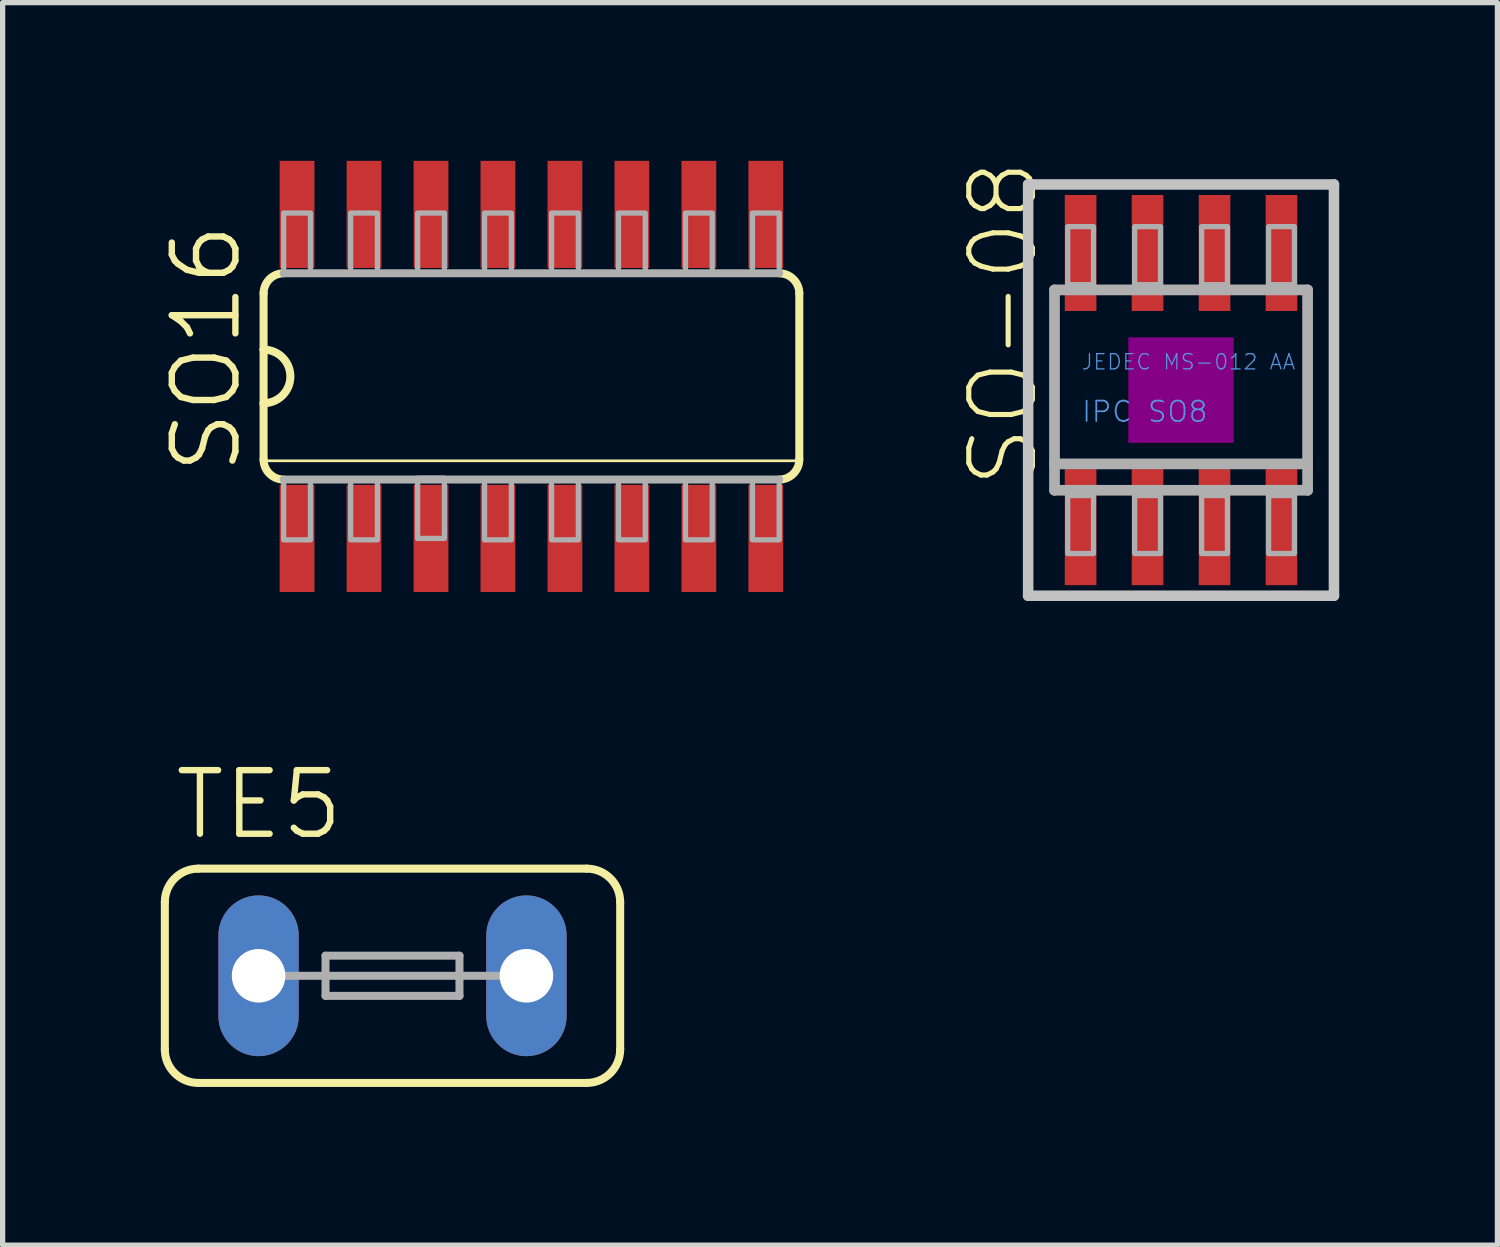
<source format=kicad_pcb>
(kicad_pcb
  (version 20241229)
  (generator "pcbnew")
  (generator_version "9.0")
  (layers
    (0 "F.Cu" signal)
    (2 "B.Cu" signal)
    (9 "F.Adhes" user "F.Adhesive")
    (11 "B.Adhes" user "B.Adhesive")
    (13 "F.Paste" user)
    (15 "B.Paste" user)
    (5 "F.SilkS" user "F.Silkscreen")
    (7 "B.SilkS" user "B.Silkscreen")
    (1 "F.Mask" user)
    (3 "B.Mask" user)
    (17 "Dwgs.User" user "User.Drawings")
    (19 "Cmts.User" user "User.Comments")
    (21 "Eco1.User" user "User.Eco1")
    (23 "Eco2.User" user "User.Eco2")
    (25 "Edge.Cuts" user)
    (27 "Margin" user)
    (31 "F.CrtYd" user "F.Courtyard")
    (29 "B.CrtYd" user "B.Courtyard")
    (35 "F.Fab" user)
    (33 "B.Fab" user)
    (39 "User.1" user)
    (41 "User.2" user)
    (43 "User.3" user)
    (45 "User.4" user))
  (footprint "SO16"
    (layer "F.Cu")
    (at 7.029 4.089)
    (property "Reference" "SO16" (at -5.461 1.905 90) (layer "F.SilkS") (effects (font (size 1.206 1.206) (thickness 0.121)) (justify left bottom)))
    (attr through_hole)
    (fp_line (start -5.08 -1.575) (end -5.08 -0.508) (stroke (width 0.152) (type solid)) (layer "F.SilkS"))
    (fp_line (start -5.08 -0.508) (end -5.08 0.508) (stroke (width 0.152) (type solid)) (layer "F.SilkS"))
    (fp_line (start -5.08 0.508) (end -5.08 1.575) (stroke (width 0.152) (type solid)) (layer "F.SilkS"))
    (fp_line (start -5.08 1.6) (end 5.08 1.6) (stroke (width 0.051) (type solid)) (layer "F.SilkS"))
    (fp_line (start 5.08 1.575) (end 5.08 -1.575) (stroke (width 0.152) (type solid)) (layer "F.SilkS"))
    (fp_arc (start -5.08 -1.5748) (mid -4.968408 -1.844208) (end -4.699 -1.9558) (stroke (width 0.1524) (type solid)) (layer "F.SilkS"))
    (fp_arc (start -5.08 -0.508) (mid -4.572 0) (end -5.08 0.508) (stroke (width 0.1524) (type solid)) (layer "F.SilkS"))
    (fp_arc (start -4.699 1.9558) (mid -4.968408 1.844208) (end -5.08 1.5748) (stroke (width 0.1524) (type solid)) (layer "F.SilkS"))
    (fp_arc (start 4.699 -1.9558) (mid 4.968408 -1.844208) (end 5.08 -1.5748) (stroke (width 0.1524) (type solid)) (layer "F.SilkS"))
    (fp_arc (start 5.08 1.5748) (mid 4.968408 1.844208) (end 4.699 1.9558) (stroke (width 0.1524) (type solid)) (layer "F.SilkS"))
    (fp_line (start -4.699 1.956) (end 4.699 1.956) (stroke (width 0.152) (type solid)) (layer "F.Fab"))
    (fp_line (start 4.699 -1.956) (end -4.699 -1.956) (stroke (width 0.152) (type solid)) (layer "F.Fab"))
    (fp_poly (pts (xy -4.699 -1.956) (xy -4.191 -1.956) (xy -4.191 -3.099) (xy -4.699 -3.099)) (stroke (width 0.1) (type solid)) (fill no) (layer "F.Fab"))
    (fp_poly (pts (xy -4.699 3.099) (xy -4.191 3.099) (xy -4.191 1.956) (xy -4.699 1.956)) (stroke (width 0.1) (type solid)) (fill no) (layer "F.Fab"))
    (fp_poly (pts (xy -3.429 -1.956) (xy -2.921 -1.956) (xy -2.921 -3.099) (xy -3.429 -3.099)) (stroke (width 0.1) (type solid)) (fill no) (layer "F.Fab"))
    (fp_poly (pts (xy -3.429 3.099) (xy -2.921 3.099) (xy -2.921 1.956) (xy -3.429 1.956)) (stroke (width 0.1) (type solid)) (fill no) (layer "F.Fab"))
    (fp_poly (pts (xy -2.159 -1.956) (xy -1.651 -1.956) (xy -1.651 -3.099) (xy -2.159 -3.099)) (stroke (width 0.1) (type solid)) (fill no) (layer "F.Fab"))
    (fp_poly (pts (xy -2.159 3.073) (xy -1.651 3.073) (xy -1.651 1.93) (xy -2.159 1.93)) (stroke (width 0.1) (type solid)) (fill no) (layer "F.Fab"))
    (fp_poly (pts (xy -0.889 -1.956) (xy -0.381 -1.956) (xy -0.381 -3.099) (xy -0.889 -3.099)) (stroke (width 0.1) (type solid)) (fill no) (layer "F.Fab"))
    (fp_poly (pts (xy -0.889 3.099) (xy -0.381 3.099) (xy -0.381 1.956) (xy -0.889 1.956)) (stroke (width 0.1) (type solid)) (fill no) (layer "F.Fab"))
    (fp_poly (pts (xy 0.381 -1.956) (xy 0.889 -1.956) (xy 0.889 -3.099) (xy 0.381 -3.099)) (stroke (width 0.1) (type solid)) (fill no) (layer "F.Fab"))
    (fp_poly (pts (xy 0.381 3.099) (xy 0.889 3.099) (xy 0.889 1.956) (xy 0.381 1.956)) (stroke (width 0.1) (type solid)) (fill no) (layer "F.Fab"))
    (fp_poly (pts (xy 1.651 -1.956) (xy 2.159 -1.956) (xy 2.159 -3.099) (xy 1.651 -3.099)) (stroke (width 0.1) (type solid)) (fill no) (layer "F.Fab"))
    (fp_poly (pts (xy 1.651 3.099) (xy 2.159 3.099) (xy 2.159 1.956) (xy 1.651 1.956)) (stroke (width 0.1) (type solid)) (fill no) (layer "F.Fab"))
    (fp_poly (pts (xy 2.921 -1.956) (xy 3.429 -1.956) (xy 3.429 -3.099) (xy 2.921 -3.099)) (stroke (width 0.1) (type solid)) (fill no) (layer "F.Fab"))
    (fp_poly (pts (xy 2.921 3.099) (xy 3.429 3.099) (xy 3.429 1.956) (xy 2.921 1.956)) (stroke (width 0.1) (type solid)) (fill no) (layer "F.Fab"))
    (fp_poly (pts (xy 4.191 -1.956) (xy 4.699 -1.956) (xy 4.699 -3.099) (xy 4.191 -3.099)) (stroke (width 0.1) (type solid)) (fill no) (layer "F.Fab"))
    (fp_poly (pts (xy 4.191 3.099) (xy 4.699 3.099) (xy 4.699 1.956) (xy 4.191 1.956)) (stroke (width 0.1) (type solid)) (fill no) (layer "F.Fab"))
    (pad "1" smd rect (at -4.445 3.073) (size 0.66 2.032) (layers "F.Cu" "F.Mask" "F.Paste"))
    (pad "2" smd rect (at -3.175 3.073) (size 0.66 2.032) (layers "F.Cu" "F.Mask" "F.Paste"))
    (pad "3" smd rect (at -1.905 3.073) (size 0.66 2.032) (layers "F.Cu" "F.Mask" "F.Paste"))
    (pad "4" smd rect (at -0.635 3.073) (size 0.66 2.032) (layers "F.Cu" "F.Mask" "F.Paste"))
    (pad "5" smd rect (at 0.635 3.073) (size 0.66 2.032) (layers "F.Cu" "F.Mask" "F.Paste"))
    (pad "6" smd rect (at 1.905 3.073) (size 0.66 2.032) (layers "F.Cu" "F.Mask" "F.Paste"))
    (pad "7" smd rect (at 3.175 3.073) (size 0.66 2.032) (layers "F.Cu" "F.Mask" "F.Paste"))
    (pad "8" smd rect (at 4.445 3.073) (size 0.66 2.032) (layers "F.Cu" "F.Mask" "F.Paste"))
    (pad "9" smd rect (at 4.445 -3.073) (size 0.66 2.032) (layers "F.Cu" "F.Mask" "F.Paste"))
    (pad "10" smd rect (at 3.175 -3.073) (size 0.66 2.032) (layers "F.Cu" "F.Mask" "F.Paste"))
    (pad "11" smd rect (at 1.905 -3.073) (size 0.66 2.032) (layers "F.Cu" "F.Mask" "F.Paste"))
    (pad "12" smd rect (at 0.635 -3.073) (size 0.66 2.032) (layers "F.Cu" "F.Mask" "F.Paste"))
    (pad "13" smd rect (at -0.635 -3.073) (size 0.66 2.032) (layers "F.Cu" "F.Mask" "F.Paste"))
    (pad "14" smd rect (at -1.905 -3.073) (size 0.66 2.032) (layers "F.Cu" "F.Mask" "F.Paste"))
    (pad "15" smd rect (at -3.175 -3.073) (size 0.66 2.032) (layers "F.Cu" "F.Mask" "F.Paste"))
    (pad "16" smd rect (at -4.445 -3.073) (size 0.66 2.032) (layers "F.Cu" "F.Mask" "F.Paste")))
  (footprint "TE5"
    (layer "F.Cu")
    (at 4.394 15.456)
    (property "Reference" "TE5" (at -4.191 -2.54 0) (layer "F.SilkS") (effects (font (size 1.206 1.206) (thickness 0.121)) (justify left bottom)))
    (attr through_hole)
    (fp_line (start -4.318 -1.397) (end -4.318 1.397) (stroke (width 0.152) (type solid)) (layer "F.SilkS"))
    (fp_line (start -3.683 2.032) (end 3.683 2.032) (stroke (width 0.152) (type solid)) (layer "F.SilkS"))
    (fp_line (start 3.683 -2.032) (end -3.683 -2.032) (stroke (width 0.152) (type solid)) (layer "F.SilkS"))
    (fp_line (start 4.318 1.397) (end 4.318 -1.397) (stroke (width 0.152) (type solid)) (layer "F.SilkS"))
    (fp_arc (start -4.318 -1.397) (mid -4.132013 -1.846013) (end -3.683 -2.032) (stroke (width 0.1524) (type solid)) (layer "F.SilkS"))
    (fp_arc (start -3.683 2.032) (mid -4.132013 1.846013) (end -4.318 1.397) (stroke (width 0.1524) (type solid)) (layer "F.SilkS"))
    (fp_arc (start 3.683 -2.032) (mid 4.132013 -1.846013) (end 4.318 -1.397) (stroke (width 0.1524) (type solid)) (layer "F.SilkS"))
    (fp_arc (start 4.318 1.397) (mid 4.132013 1.846013) (end 3.683 2.032) (stroke (width 0.1524) (type solid)) (layer "F.SilkS"))
    (fp_line (start -2.159 0) (end 2.159 0) (stroke (width 0.152) (type solid)) (layer "F.Fab"))
    (fp_line (start -1.27 -0.381) (end -1.27 0.381) (stroke (width 0.152) (type solid)) (layer "F.Fab"))
    (fp_line (start -1.27 0.381) (end 1.27 0.381) (stroke (width 0.152) (type solid)) (layer "F.Fab"))
    (fp_line (start 1.27 -0.381) (end -1.27 -0.381) (stroke (width 0.152) (type solid)) (layer "F.Fab"))
    (fp_line (start 1.27 -0.381) (end 1.27 0.381) (stroke (width 0.152) (type solid)) (layer "F.Fab"))
    (pad "1" thru_hole oval (at -2.54 0 90) (size 3.048 1.524) (drill 1.016) (layers "*.Cu" "*.Mask"))
    (pad "2" thru_hole oval (at 2.54 0 90) (size 3.048 1.524) (drill 1.016) (layers "*.Cu" "*.Mask")))
  (footprint "SO-08"
    (layer "F.Cu")
    (at 19.349 4.348)
    (property "Reference" "SO-08" (at -2.667 1.905 270) (layer "F.SilkS") (effects (font (size 1.206 1.206) (thickness 0.097)) (justify left bottom)))
    (attr through_hole)
    (fp_poly (pts (xy -1 1) (xy 1 1) (xy 1 -1) (xy -1 -1)) (stroke (width 0) (type solid)) (fill yes) (layer "F.Adhes"))
    (fp_line (start -2.9 -3.9) (end 2.9 -3.9) (stroke (width 0.2) (type solid)) (layer "Dwgs.User"))
    (fp_line (start -2.9 3.9) (end -2.9 -3.9) (stroke (width 0.2) (type solid)) (layer "Dwgs.User"))
    (fp_line (start 2.9 -3.9) (end 2.9 3.9) (stroke (width 0.2) (type solid)) (layer "Dwgs.User"))
    (fp_line (start 2.9 3.9) (end -2.9 3.9) (stroke (width 0.2) (type solid)) (layer "Dwgs.User"))
    (fp_line (start -2.4 -1.9) (end 2.4 -1.9) (stroke (width 0.203) (type solid)) (layer "F.Fab"))
    (fp_line (start -2.4 1.4) (end -2.4 -1.9) (stroke (width 0.203) (type solid)) (layer "F.Fab"))
    (fp_line (start -2.4 1.9) (end -2.4 1.4) (stroke (width 0.203) (type solid)) (layer "F.Fab"))
    (fp_line (start 2.4 -1.9) (end 2.4 1.4) (stroke (width 0.203) (type solid)) (layer "F.Fab"))
    (fp_line (start 2.4 1.4) (end -2.4 1.4) (stroke (width 0.203) (type solid)) (layer "F.Fab"))
    (fp_line (start 2.4 1.4) (end 2.4 1.9) (stroke (width 0.203) (type solid)) (layer "F.Fab"))
    (fp_line (start 2.4 1.9) (end -2.4 1.9) (stroke (width 0.203) (type solid)) (layer "F.Fab"))
    (fp_poly (pts (xy -2.15 -2) (xy -1.66 -2) (xy -1.66 -3.1) (xy -2.15 -3.1)) (stroke (width 0.1) (type solid)) (fill no) (layer "F.Fab"))
    (fp_poly (pts (xy -2.15 3.1) (xy -1.66 3.1) (xy -1.66 2) (xy -2.15 2)) (stroke (width 0.1) (type solid)) (fill no) (layer "F.Fab"))
    (fp_poly (pts (xy -0.88 -2) (xy -0.39 -2) (xy -0.39 -3.1) (xy -0.88 -3.1)) (stroke (width 0.1) (type solid)) (fill no) (layer "F.Fab"))
    (fp_poly (pts (xy -0.88 3.1) (xy -0.39 3.1) (xy -0.39 2) (xy -0.88 2)) (stroke (width 0.1) (type solid)) (fill no) (layer "F.Fab"))
    (fp_poly (pts (xy 0.39 -2) (xy 0.88 -2) (xy 0.88 -3.1) (xy 0.39 -3.1)) (stroke (width 0.1) (type solid)) (fill no) (layer "F.Fab"))
    (fp_poly (pts (xy 0.39 3.1) (xy 0.88 3.1) (xy 0.88 2) (xy 0.39 2)) (stroke (width 0.1) (type solid)) (fill no) (layer "F.Fab"))
    (fp_poly (pts (xy 1.66 -2) (xy 2.15 -2) (xy 2.15 -3.1) (xy 1.66 -3.1)) (stroke (width 0.1) (type solid)) (fill no) (layer "F.Fab"))
    (fp_poly (pts (xy 1.66 3.1) (xy 2.15 3.1) (xy 2.15 2) (xy 1.66 2)) (stroke (width 0.1) (type solid)) (fill no) (layer "F.Fab"))
    (fp_text user "JEDEC MS-012 AA" (at -1.905 -0.365 0) (layer "Cmts.User") (effects (font (size 0.29 0.29) (thickness 0.024)) (justify left bottom)))
    (fp_text user "IPC SO8" (at -1.905 0.635 0) (layer "Cmts.User") (effects (font (size 0.386 0.386) (thickness 0.033)) (justify left bottom)))
    (pad "1" smd rect (at -1.905 2.6) (size 0.6 2.2) (layers "F.Cu" "F.Mask" "F.Paste"))
    (pad "2" smd rect (at -0.635 2.6) (size 0.6 2.2) (layers "F.Cu" "F.Mask" "F.Paste"))
    (pad "3" smd rect (at 0.635 2.6) (size 0.6 2.2) (layers "F.Cu" "F.Mask" "F.Paste"))
    (pad "4" smd rect (at 1.905 2.6) (size 0.6 2.2) (layers "F.Cu" "F.Mask" "F.Paste"))
    (pad "5" smd rect (at 1.905 -2.6) (size 0.6 2.2) (layers "F.Cu" "F.Mask" "F.Paste"))
    (pad "6" smd rect (at 0.635 -2.6) (size 0.6 2.2) (layers "F.Cu" "F.Mask" "F.Paste"))
    (pad "7" smd rect (at -0.635 -2.6) (size 0.6 2.2) (layers "F.Cu" "F.Mask" "F.Paste"))
    (pad "8" smd rect (at -1.905 -2.6) (size 0.6 2.2) (layers "F.Cu" "F.Mask" "F.Paste")))
  (gr_rect
    (start -3 -3)
    (end 25.349 20.565)
    (stroke (width 0.1) (type default))
    (fill no)
    (layer "Edge.Cuts")))
</source>
